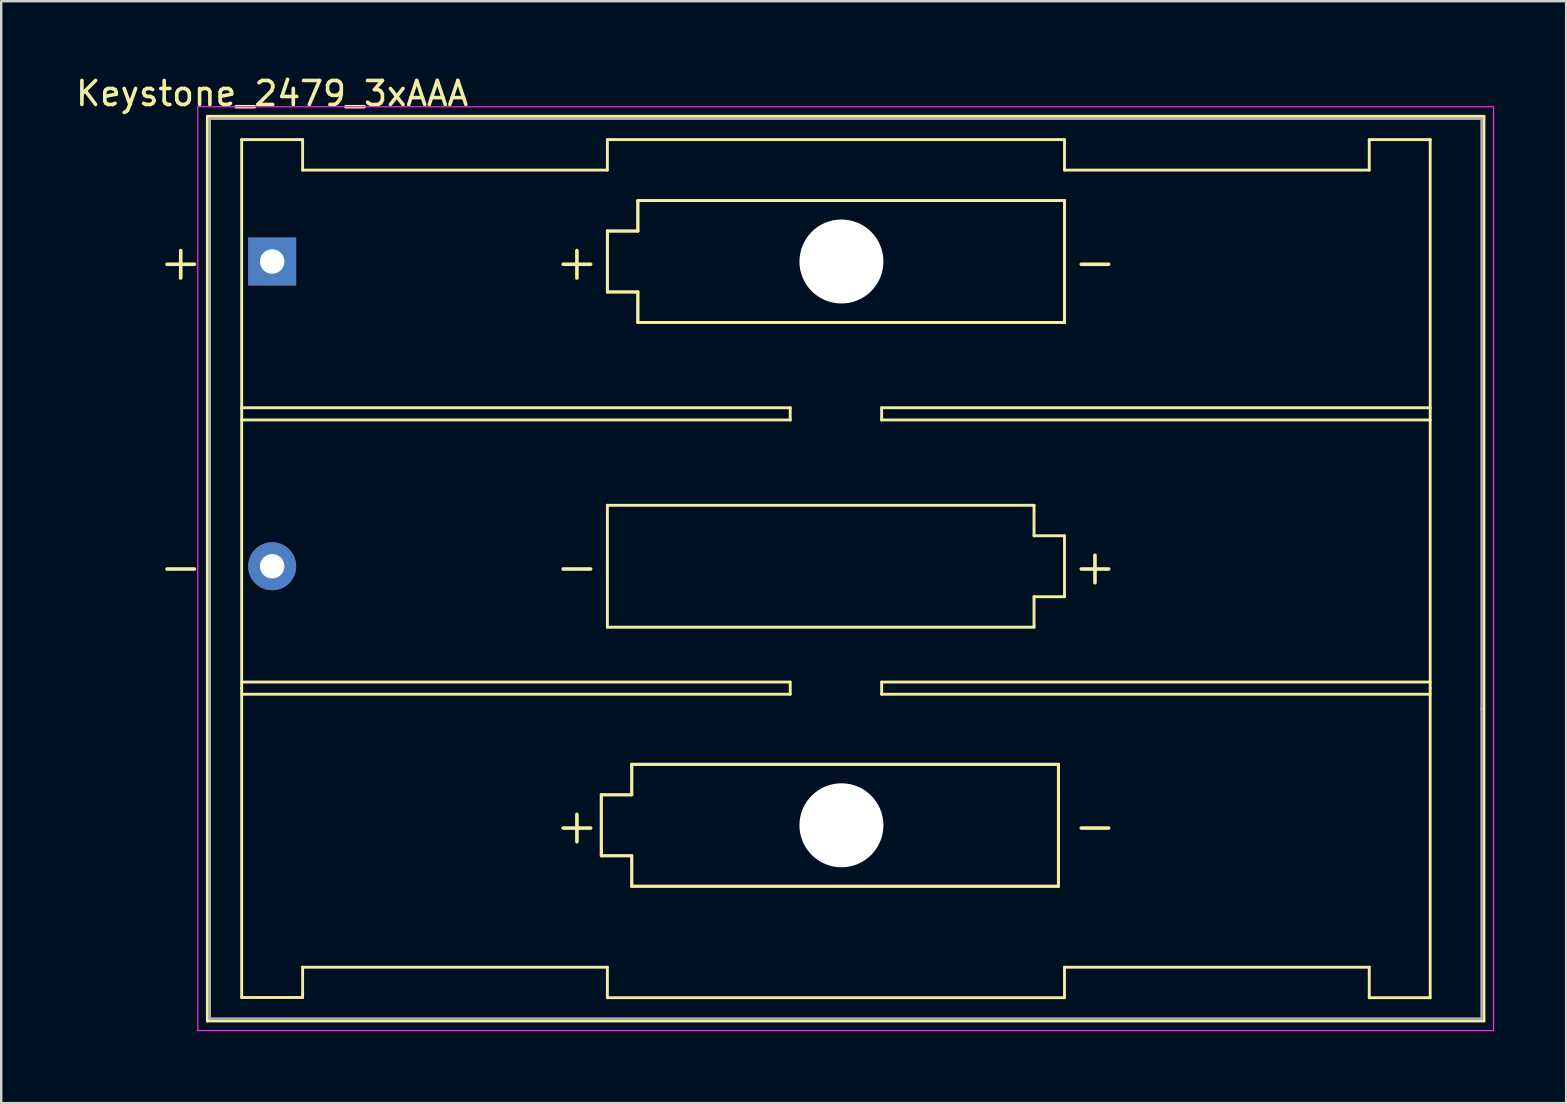
<source format=kicad_pcb>
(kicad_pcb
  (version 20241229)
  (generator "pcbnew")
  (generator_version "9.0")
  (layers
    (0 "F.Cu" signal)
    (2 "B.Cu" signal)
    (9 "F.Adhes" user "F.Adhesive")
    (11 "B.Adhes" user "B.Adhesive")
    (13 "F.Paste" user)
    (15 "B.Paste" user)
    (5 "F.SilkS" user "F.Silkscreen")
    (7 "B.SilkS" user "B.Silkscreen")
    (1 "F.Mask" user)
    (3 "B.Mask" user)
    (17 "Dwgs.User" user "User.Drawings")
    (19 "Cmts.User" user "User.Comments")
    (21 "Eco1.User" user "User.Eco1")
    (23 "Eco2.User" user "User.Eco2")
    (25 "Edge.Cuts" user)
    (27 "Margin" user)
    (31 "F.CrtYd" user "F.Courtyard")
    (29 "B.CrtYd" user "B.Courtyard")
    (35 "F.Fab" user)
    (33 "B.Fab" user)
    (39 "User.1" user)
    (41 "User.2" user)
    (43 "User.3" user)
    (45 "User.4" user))
  (footprint "Keystone_2479_3xAAA"
    (layer "F.Cu")
    (at 8.292 7.848)
    (property "Reference" "Keystone_2479_3xAAA" (at 0 -7 180) (layer "F.SilkS") (effects (font (size 1 1) (thickness 0.15))))
    (attr through_hole)
    (fp_line (start -2.7 -6.05) (end -2.7 31.65) (stroke (width 0.12) (type solid)) (layer "F.SilkS"))
    (fp_line (start -2.7 31.65) (end 50.5 31.65) (stroke (width 0.12) (type solid)) (layer "F.SilkS"))
    (fp_line (start -1.27 -5.08) (end -1.27 17.78) (stroke (width 0.12) (type solid)) (layer "F.SilkS"))
    (fp_line (start -1.27 6.096) (end 21.59 6.096) (stroke (width 0.12) (type solid)) (layer "F.SilkS"))
    (fp_line (start -1.27 17.526) (end 21.59 17.526) (stroke (width 0.12) (type solid)) (layer "F.SilkS"))
    (fp_line (start -1.27 17.78) (end -1.27 30.671) (stroke (width 0.12) (type solid)) (layer "F.SilkS"))
    (fp_line (start -1.27 30.671) (end 1.27 30.671) (stroke (width 0.12) (type solid)) (layer "F.SilkS"))
    (fp_line (start 1.27 -5.08) (end -1.27 -5.08) (stroke (width 0.12) (type solid)) (layer "F.SilkS"))
    (fp_line (start 1.27 -3.81) (end 1.27 -5.08) (stroke (width 0.12) (type solid)) (layer "F.SilkS"))
    (fp_line (start 1.27 -3.81) (end 13.97 -3.81) (stroke (width 0.12) (type solid)) (layer "F.SilkS"))
    (fp_line (start 1.27 29.41) (end 13.97 29.41) (stroke (width 0.12) (type solid)) (layer "F.SilkS"))
    (fp_line (start 1.27 30.671) (end 1.27 29.41) (stroke (width 0.12) (type solid)) (layer "F.SilkS"))
    (fp_line (start 13.716 22.225) (end 14.986 22.225) (stroke (width 0.12) (type solid)) (layer "F.SilkS"))
    (fp_line (start 13.716 22.225) (end 14.986 22.225) (stroke (width 0.12) (type solid)) (layer "F.SilkS"))
    (fp_line (start 13.716 24.765) (end 13.716 22.225) (stroke (width 0.12) (type solid)) (layer "F.SilkS"))
    (fp_line (start 13.716 24.765) (end 13.716 22.225) (stroke (width 0.12) (type solid)) (layer "F.SilkS"))
    (fp_line (start 13.97 -5.08) (end 13.97 -3.81) (stroke (width 0.12) (type solid)) (layer "F.SilkS"))
    (fp_line (start 13.97 -1.27) (end 15.24 -1.27) (stroke (width 0.12) (type solid)) (layer "F.SilkS"))
    (fp_line (start 13.97 -1.27) (end 15.24 -1.27) (stroke (width 0.12) (type solid)) (layer "F.SilkS"))
    (fp_line (start 13.97 1.27) (end 13.97 -1.27) (stroke (width 0.12) (type solid)) (layer "F.SilkS"))
    (fp_line (start 13.97 1.27) (end 13.97 -1.27) (stroke (width 0.12) (type solid)) (layer "F.SilkS"))
    (fp_line (start 13.97 10.16) (end 31.75 10.16) (stroke (width 0.12) (type solid)) (layer "F.SilkS"))
    (fp_line (start 13.97 15.24) (end 13.97 10.16) (stroke (width 0.12) (type solid)) (layer "F.SilkS"))
    (fp_line (start 13.97 29.41) (end 13.97 30.68) (stroke (width 0.12) (type solid)) (layer "F.SilkS"))
    (fp_line (start 13.97 30.68) (end 33.02 30.68) (stroke (width 0.12) (type solid)) (layer "F.SilkS"))
    (fp_line (start 14.986 20.955) (end 32.766 20.955) (stroke (width 0.12) (type solid)) (layer "F.SilkS"))
    (fp_line (start 14.986 20.955) (end 32.766 20.955) (stroke (width 0.12) (type solid)) (layer "F.SilkS"))
    (fp_line (start 14.986 22.225) (end 14.986 20.955) (stroke (width 0.12) (type solid)) (layer "F.SilkS"))
    (fp_line (start 14.986 22.225) (end 14.986 20.955) (stroke (width 0.12) (type solid)) (layer "F.SilkS"))
    (fp_line (start 14.986 24.765) (end 13.716 24.765) (stroke (width 0.12) (type solid)) (layer "F.SilkS"))
    (fp_line (start 14.986 24.765) (end 13.716 24.765) (stroke (width 0.12) (type solid)) (layer "F.SilkS"))
    (fp_line (start 14.986 26.035) (end 14.986 24.765) (stroke (width 0.12) (type solid)) (layer "F.SilkS"))
    (fp_line (start 14.986 26.035) (end 14.986 24.765) (stroke (width 0.12) (type solid)) (layer "F.SilkS"))
    (fp_line (start 15.24 -2.54) (end 33.02 -2.54) (stroke (width 0.12) (type solid)) (layer "F.SilkS"))
    (fp_line (start 15.24 -2.54) (end 33.02 -2.54) (stroke (width 0.12) (type solid)) (layer "F.SilkS"))
    (fp_line (start 15.24 -1.27) (end 15.24 -2.54) (stroke (width 0.12) (type solid)) (layer "F.SilkS"))
    (fp_line (start 15.24 -1.27) (end 15.24 -2.54) (stroke (width 0.12) (type solid)) (layer "F.SilkS"))
    (fp_line (start 15.24 1.27) (end 13.97 1.27) (stroke (width 0.12) (type solid)) (layer "F.SilkS"))
    (fp_line (start 15.24 1.27) (end 13.97 1.27) (stroke (width 0.12) (type solid)) (layer "F.SilkS"))
    (fp_line (start 15.24 2.54) (end 15.24 1.27) (stroke (width 0.12) (type solid)) (layer "F.SilkS"))
    (fp_line (start 15.24 2.54) (end 15.24 1.27) (stroke (width 0.12) (type solid)) (layer "F.SilkS"))
    (fp_line (start 21.59 6.096) (end 21.59 6.604) (stroke (width 0.12) (type solid)) (layer "F.SilkS"))
    (fp_line (start 21.59 6.604) (end -1.27 6.604) (stroke (width 0.12) (type solid)) (layer "F.SilkS"))
    (fp_line (start 21.59 17.526) (end 21.59 18.034) (stroke (width 0.12) (type solid)) (layer "F.SilkS"))
    (fp_line (start 21.59 18.034) (end -1.27 18.034) (stroke (width 0.12) (type solid)) (layer "F.SilkS"))
    (fp_line (start 25.4 6.096) (end 25.4 6.604) (stroke (width 0.12) (type solid)) (layer "F.SilkS"))
    (fp_line (start 25.4 6.604) (end 48.26 6.604) (stroke (width 0.12) (type solid)) (layer "F.SilkS"))
    (fp_line (start 25.4 17.526) (end 25.4 18.034) (stroke (width 0.12) (type solid)) (layer "F.SilkS"))
    (fp_line (start 25.4 18.034) (end 48.26 18.034) (stroke (width 0.12) (type solid)) (layer "F.SilkS"))
    (fp_line (start 31.75 10.16) (end 31.75 11.43) (stroke (width 0.12) (type solid)) (layer "F.SilkS"))
    (fp_line (start 31.75 11.43) (end 33.02 11.43) (stroke (width 0.12) (type solid)) (layer "F.SilkS"))
    (fp_line (start 31.75 13.97) (end 31.75 15.24) (stroke (width 0.12) (type solid)) (layer "F.SilkS"))
    (fp_line (start 31.75 15.24) (end 13.97 15.24) (stroke (width 0.12) (type solid)) (layer "F.SilkS"))
    (fp_line (start 32.766 20.955) (end 32.766 22.225) (stroke (width 0.12) (type solid)) (layer "F.SilkS"))
    (fp_line (start 32.766 20.955) (end 32.766 22.225) (stroke (width 0.12) (type solid)) (layer "F.SilkS"))
    (fp_line (start 32.766 22.225) (end 32.766 26.035) (stroke (width 0.12) (type solid)) (layer "F.SilkS"))
    (fp_line (start 32.766 22.225) (end 32.766 26.035) (stroke (width 0.12) (type solid)) (layer "F.SilkS"))
    (fp_line (start 32.766 26.035) (end 14.986 26.035) (stroke (width 0.12) (type solid)) (layer "F.SilkS"))
    (fp_line (start 32.766 26.035) (end 14.986 26.035) (stroke (width 0.12) (type solid)) (layer "F.SilkS"))
    (fp_line (start 33.02 -5.08) (end 13.97 -5.08) (stroke (width 0.12) (type solid)) (layer "F.SilkS"))
    (fp_line (start 33.02 -3.81) (end 33.02 -5.08) (stroke (width 0.12) (type solid)) (layer "F.SilkS"))
    (fp_line (start 33.02 -2.54) (end 33.02 -1.27) (stroke (width 0.12) (type solid)) (layer "F.SilkS"))
    (fp_line (start 33.02 -2.54) (end 33.02 -1.27) (stroke (width 0.12) (type solid)) (layer "F.SilkS"))
    (fp_line (start 33.02 -1.27) (end 33.02 2.54) (stroke (width 0.12) (type solid)) (layer "F.SilkS"))
    (fp_line (start 33.02 -1.27) (end 33.02 2.54) (stroke (width 0.12) (type solid)) (layer "F.SilkS"))
    (fp_line (start 33.02 2.54) (end 15.24 2.54) (stroke (width 0.12) (type solid)) (layer "F.SilkS"))
    (fp_line (start 33.02 2.54) (end 15.24 2.54) (stroke (width 0.12) (type solid)) (layer "F.SilkS"))
    (fp_line (start 33.02 11.43) (end 33.02 13.97) (stroke (width 0.12) (type solid)) (layer "F.SilkS"))
    (fp_line (start 33.02 13.97) (end 31.75 13.97) (stroke (width 0.12) (type solid)) (layer "F.SilkS"))
    (fp_line (start 33.02 30.68) (end 33.02 29.41) (stroke (width 0.12) (type solid)) (layer "F.SilkS"))
    (fp_line (start 45.72 -5.08) (end 45.72 -3.81) (stroke (width 0.12) (type solid)) (layer "F.SilkS"))
    (fp_line (start 45.72 -3.81) (end 33.02 -3.81) (stroke (width 0.12) (type solid)) (layer "F.SilkS"))
    (fp_line (start 45.72 29.41) (end 33.02 29.41) (stroke (width 0.12) (type solid)) (layer "F.SilkS"))
    (fp_line (start 45.72 30.68) (end 45.72 29.41) (stroke (width 0.12) (type solid)) (layer "F.SilkS"))
    (fp_line (start 48.26 -5.08) (end 45.72 -5.08) (stroke (width 0.12) (type solid)) (layer "F.SilkS"))
    (fp_line (start 48.26 -5.08) (end 48.26 17.78) (stroke (width 0.12) (type solid)) (layer "F.SilkS"))
    (fp_line (start 48.26 6.096) (end 25.4 6.096) (stroke (width 0.12) (type solid)) (layer "F.SilkS"))
    (fp_line (start 48.26 17.526) (end 25.4 17.526) (stroke (width 0.12) (type solid)) (layer "F.SilkS"))
    (fp_line (start 48.26 17.78) (end 48.26 30.68) (stroke (width 0.12) (type solid)) (layer "F.SilkS"))
    (fp_line (start 48.26 30.68) (end 45.72 30.68) (stroke (width 0.12) (type solid)) (layer "F.SilkS"))
    (fp_line (start 50.5 -6.05) (end -2.7 -6.05) (stroke (width 0.12) (type solid)) (layer "F.SilkS"))
    (fp_line (start 50.5 31.65) (end 50.5 -6.05) (stroke (width 0.12) (type solid)) (layer "F.SilkS"))
    (fp_line (start -3.1 -6.45) (end 50.9 -6.45) (stroke (width 0.05) (type solid)) (layer "F.CrtYd"))
    (fp_line (start -3.1 32.05) (end -3.1 -6.45) (stroke (width 0.05) (type solid)) (layer "F.CrtYd"))
    (fp_line (start 50.9 -6.45) (end 50.9 32.05) (stroke (width 0.05) (type solid)) (layer "F.CrtYd"))
    (fp_line (start 50.9 32.05) (end -3.1 32.05) (stroke (width 0.05) (type solid)) (layer "F.CrtYd"))
    (fp_line (start -2.6 -5.95) (end 50.4 -5.95) (stroke (width 0.1) (type solid)) (layer "F.Fab"))
    (fp_line (start -2.6 6.35) (end -2.6 -5.95) (stroke (width 0.1) (type solid)) (layer "F.Fab"))
    (fp_line (start -2.6 18.65) (end -2.6 6.35) (stroke (width 0.1) (type solid)) (layer "F.Fab"))
    (fp_line (start -2.6 18.65) (end -2.6 31.55) (stroke (width 0.1) (type solid)) (layer "F.Fab"))
    (fp_line (start -2.6 31.55) (end 50.4 31.55) (stroke (width 0.1) (type solid)) (layer "F.Fab"))
    (fp_line (start 50.4 18.65) (end 50.4 -5.95) (stroke (width 0.1) (type solid)) (layer "F.Fab"))
    (fp_line (start 50.4 18.65) (end 50.4 31.55) (stroke (width 0.1) (type solid)) (layer "F.Fab"))
    (fp_text user "-" (at 12.7 12.7 0) (layer "F.SilkS") (effects (font (size 1.5 1.5) (thickness 0.15))))
    (fp_text user "+" (at 12.7 0 0) (layer "F.SilkS") (effects (font (size 1.5 1.5) (thickness 0.15))))
    (fp_text user "-" (at 34.29 0 0) (layer "F.SilkS") (effects (font (size 1.5 1.5) (thickness 0.15))))
    (fp_text user "-" (at 34.29 23.495 0) (layer "F.SilkS") (effects (font (size 1.5 1.5) (thickness 0.15))))
    (fp_text user "+" (at -3.81 0 0) (layer "F.SilkS") (effects (font (size 1.5 1.5) (thickness 0.15))))
    (fp_text user "-" (at -3.81 12.7 0) (layer "F.SilkS") (effects (font (size 1.5 1.5) (thickness 0.15))))
    (fp_text user "+" (at 34.29 12.7 0) (layer "F.SilkS") (effects (font (size 1.5 1.5) (thickness 0.15))))
    (fp_text user "+" (at 12.7 23.495 0) (layer "F.SilkS") (effects (font (size 1.5 1.5) (thickness 0.15))))
    (pad "" np_thru_hole circle (at 23.724 0) (size 3.5 3.5) (drill 3.5) (layers "*.Cu" "*.Mask"))
    (pad "" np_thru_hole circle (at 23.724 23.495) (size 3.5 3.5) (drill 3.5) (layers "*.Cu" "*.Mask"))
    (pad "1" thru_hole rect (at 0 0) (size 2 2) (drill 1.02) (layers "*.Cu" "*.Mask"))
    (pad "2" thru_hole circle (at 0 12.7) (size 2 2) (drill 1.02) (layers "*.Cu" "*.Mask")))
  (gr_rect
    (start -3 -3)
    (end 62.217 42.923)
    (stroke (width 0.1) (type default))
    (fill no)
    (layer "Edge.Cuts")))
</source>
